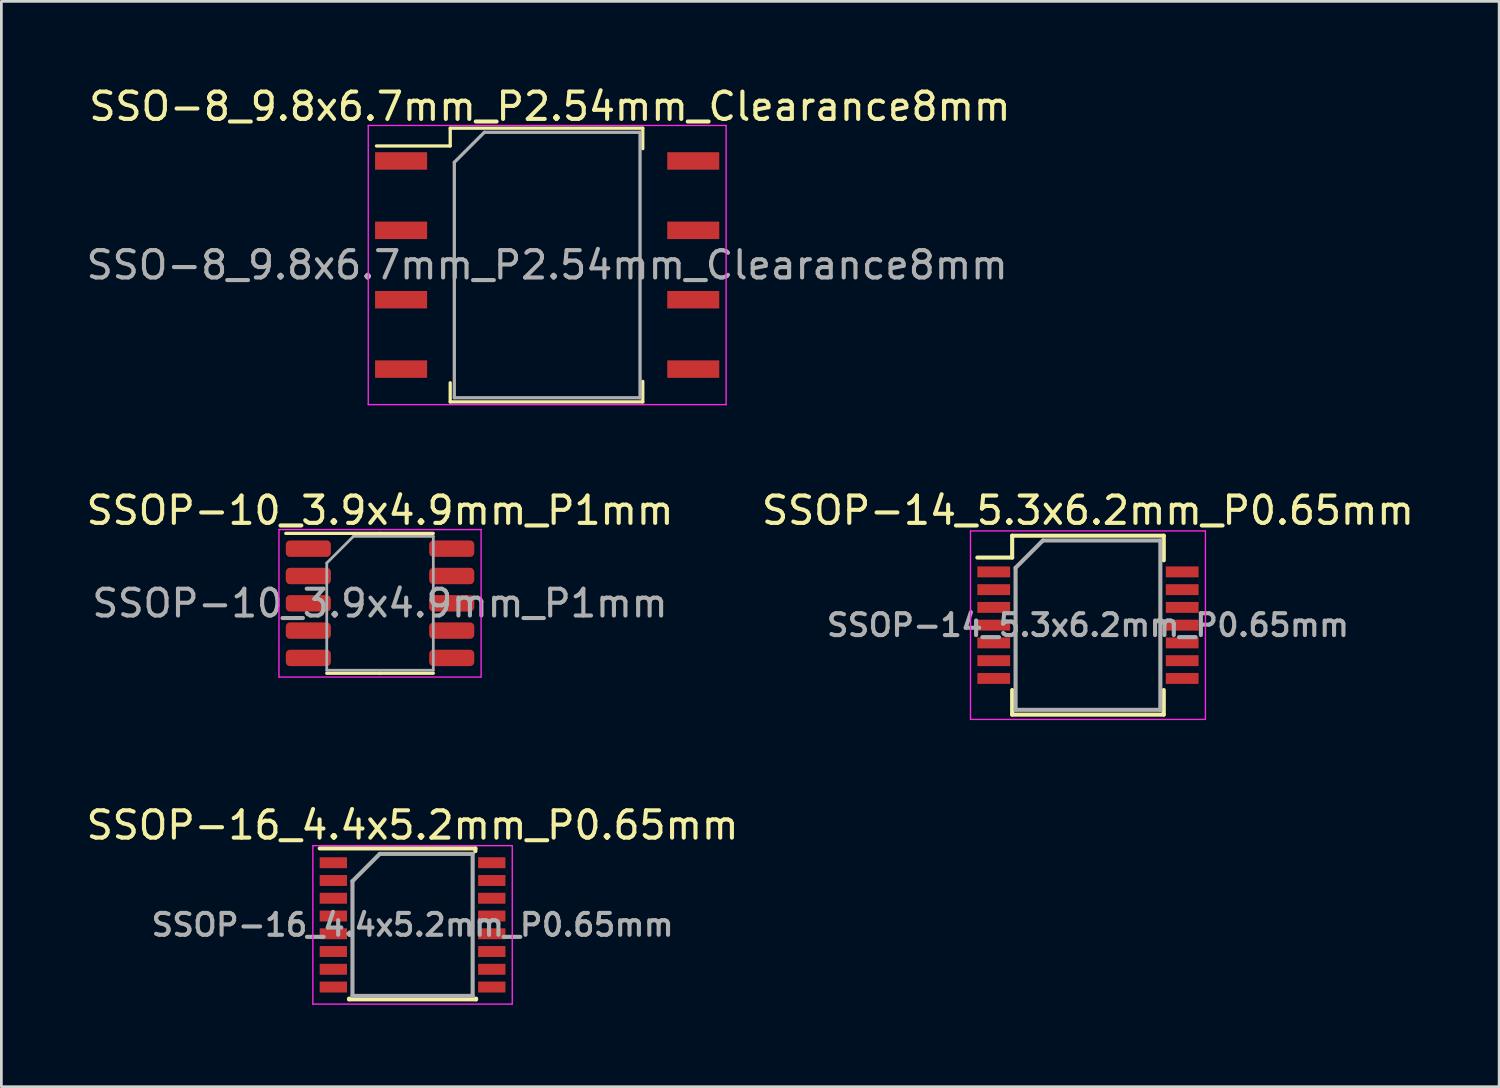
<source format=kicad_pcb>
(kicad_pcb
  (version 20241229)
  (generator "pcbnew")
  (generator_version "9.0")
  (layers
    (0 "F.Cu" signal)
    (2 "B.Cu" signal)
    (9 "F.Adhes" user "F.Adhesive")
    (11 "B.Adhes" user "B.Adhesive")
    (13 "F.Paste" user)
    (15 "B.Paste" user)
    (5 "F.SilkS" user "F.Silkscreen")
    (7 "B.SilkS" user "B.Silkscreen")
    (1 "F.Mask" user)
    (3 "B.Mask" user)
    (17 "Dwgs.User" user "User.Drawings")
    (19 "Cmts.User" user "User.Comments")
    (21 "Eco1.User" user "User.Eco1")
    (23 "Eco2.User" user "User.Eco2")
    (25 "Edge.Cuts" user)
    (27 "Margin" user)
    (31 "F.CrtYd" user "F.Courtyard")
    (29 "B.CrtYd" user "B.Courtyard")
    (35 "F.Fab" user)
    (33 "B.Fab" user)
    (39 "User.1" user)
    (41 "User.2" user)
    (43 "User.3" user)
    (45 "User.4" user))
  (footprint "SSO-8_9.8x6.7mm_P2.54mm_Clearance8mm"
    (layer "F.Cu")
    (at 16.982 6.653)
    (property "Reference" "SSO-8_9.8x6.7mm_P2.54mm_Clearance8mm" (at 0.1 -5.805 0) (layer "F.SilkS") (effects (font (size 1 1) (thickness 0.15))))
    (attr smd)
    (fp_line (start -3.55 -5.01) (end -3.55 -4.36) (stroke (width 0.12) (type solid)) (layer "F.SilkS"))
    (fp_line (start -3.55 -4.36) (end -6.25 -4.36) (stroke (width 0.12) (type solid)) (layer "F.SilkS"))
    (fp_line (start -3.55 4.31) (end -3.55 5.01) (stroke (width 0.12) (type solid)) (layer "F.SilkS"))
    (fp_line (start -3.55 5.01) (end 3.5 5.01) (stroke (width 0.12) (type solid)) (layer "F.SilkS"))
    (fp_line (start 3.5 -5.01) (end -3.55 -5.01) (stroke (width 0.12) (type solid)) (layer "F.SilkS"))
    (fp_line (start 3.5 -4.26) (end 3.5 -5.01) (stroke (width 0.12) (type solid)) (layer "F.SilkS"))
    (fp_line (start 3.5 5.01) (end 3.5 4.26) (stroke (width 0.12) (type solid)) (layer "F.SilkS"))
    (fp_line (start -6.55 -5.11) (end -6.55 5.11) (stroke (width 0.05) (type solid)) (layer "F.CrtYd"))
    (fp_line (start -6.55 -5.11) (end 6.55 -5.11) (stroke (width 0.05) (type solid)) (layer "F.CrtYd"))
    (fp_line (start 6.55 5.11) (end -6.55 5.11) (stroke (width 0.05) (type solid)) (layer "F.CrtYd"))
    (fp_line (start 6.55 5.11) (end 6.55 -5.11) (stroke (width 0.05) (type solid)) (layer "F.CrtYd"))
    (fp_line (start -3.4 -3.76) (end -3.4 4.86) (stroke (width 0.12) (type solid)) (layer "F.Fab"))
    (fp_line (start -3.4 4.86) (end 3.4 4.86) (stroke (width 0.12) (type solid)) (layer "F.Fab"))
    (fp_line (start -2.3 -4.86) (end -3.4 -3.76) (stroke (width 0.12) (type solid)) (layer "F.Fab"))
    (fp_line (start 3.4 -4.86) (end -2.3 -4.86) (stroke (width 0.12) (type solid)) (layer "F.Fab"))
    (fp_line (start 3.4 4.86) (end 3.4 -4.86) (stroke (width 0.12) (type solid)) (layer "F.Fab"))
    (fp_text user "${REFERENCE}" (at 0 0 0) (layer "F.Fab") (effects (font (size 1 1) (thickness 0.15))))
    (pad "1" smd rect (at -5.348 -3.81) (size 1.905 0.64) (layers "F.Cu" "F.Mask" "F.Paste"))
    (pad "2" smd rect (at -5.348 -1.27) (size 1.905 0.64) (layers "F.Cu" "F.Mask" "F.Paste"))
    (pad "3" smd rect (at -5.348 1.27) (size 1.905 0.64) (layers "F.Cu" "F.Mask" "F.Paste"))
    (pad "4" smd rect (at -5.348 3.81) (size 1.905 0.64) (layers "F.Cu" "F.Mask" "F.Paste"))
    (pad "5" smd rect (at 5.348 3.81) (size 1.905 0.64) (layers "F.Cu" "F.Mask" "F.Paste"))
    (pad "6" smd rect (at 5.348 1.27) (size 1.905 0.64) (layers "F.Cu" "F.Mask" "F.Paste"))
    (pad "7" smd rect (at 5.348 -1.27) (size 1.905 0.64) (layers "F.Cu" "F.Mask" "F.Paste"))
    (pad "8" smd rect (at 5.348 -3.81) (size 1.905 0.64) (layers "F.Cu" "F.Mask" "F.Paste")))
  (footprint "SSOP-16_4.4x5.2mm_P0.65mm"
    (layer "F.Cu")
    (at 12.054 30.81)
    (property "Reference" "SSOP-16_4.4x5.2mm_P0.65mm" (at 0 -3.65 0) (layer "F.SilkS") (effects (font (size 1 1) (thickness 0.15))))
    (attr smd)
    (fp_line (start -3.4 -2.8) (end 2.3 -2.8) (stroke (width 0.15) (type solid)) (layer "F.SilkS"))
    (fp_line (start -2.325 2.725) (end -2.325 2.7) (stroke (width 0.15) (type solid)) (layer "F.SilkS"))
    (fp_line (start -2.325 2.725) (end 2.325 2.725) (stroke (width 0.15) (type solid)) (layer "F.SilkS"))
    (fp_line (start 2.3 -2.8) (end 2.3 -2.7) (stroke (width 0.15) (type solid)) (layer "F.SilkS"))
    (fp_line (start 2.325 2.725) (end 2.325 2.7) (stroke (width 0.15) (type solid)) (layer "F.SilkS"))
    (fp_line (start -3.65 -2.9) (end -3.65 2.9) (stroke (width 0.05) (type solid)) (layer "F.CrtYd"))
    (fp_line (start -3.65 -2.9) (end 3.65 -2.9) (stroke (width 0.05) (type solid)) (layer "F.CrtYd"))
    (fp_line (start -3.65 2.9) (end 3.65 2.9) (stroke (width 0.05) (type solid)) (layer "F.CrtYd"))
    (fp_line (start 3.65 -2.9) (end 3.65 2.9) (stroke (width 0.05) (type solid)) (layer "F.CrtYd"))
    (fp_line (start -2.2 -1.6) (end -1.2 -2.6) (stroke (width 0.15) (type solid)) (layer "F.Fab"))
    (fp_line (start -2.2 2.6) (end -2.2 -1.6) (stroke (width 0.15) (type solid)) (layer "F.Fab"))
    (fp_line (start -1.2 -2.6) (end 2.2 -2.6) (stroke (width 0.15) (type solid)) (layer "F.Fab"))
    (fp_line (start 2.2 -2.6) (end 2.2 2.6) (stroke (width 0.15) (type solid)) (layer "F.Fab"))
    (fp_line (start 2.2 2.6) (end -2.2 2.6) (stroke (width 0.15) (type solid)) (layer "F.Fab"))
    (fp_text user "${REFERENCE}" (at 0 0 0) (layer "F.Fab") (effects (font (size 0.8 0.8) (thickness 0.15))))
    (pad "1" smd rect (at -2.9 -2.275) (size 1 0.4) (layers "F.Cu" "F.Mask" "F.Paste"))
    (pad "2" smd rect (at -2.9 -1.625) (size 1 0.4) (layers "F.Cu" "F.Mask" "F.Paste"))
    (pad "3" smd rect (at -2.9 -0.975) (size 1 0.4) (layers "F.Cu" "F.Mask" "F.Paste"))
    (pad "4" smd rect (at -2.9 -0.325) (size 1 0.4) (layers "F.Cu" "F.Mask" "F.Paste"))
    (pad "5" smd rect (at -2.9 0.325) (size 1 0.4) (layers "F.Cu" "F.Mask" "F.Paste"))
    (pad "6" smd rect (at -2.9 0.975) (size 1 0.4) (layers "F.Cu" "F.Mask" "F.Paste"))
    (pad "7" smd rect (at -2.9 1.625) (size 1 0.4) (layers "F.Cu" "F.Mask" "F.Paste"))
    (pad "8" smd rect (at -2.9 2.275) (size 1 0.4) (layers "F.Cu" "F.Mask" "F.Paste"))
    (pad "9" smd rect (at 2.9 2.275) (size 1 0.4) (layers "F.Cu" "F.Mask" "F.Paste"))
    (pad "10" smd rect (at 2.9 1.625) (size 1 0.4) (layers "F.Cu" "F.Mask" "F.Paste"))
    (pad "11" smd rect (at 2.9 0.975) (size 1 0.4) (layers "F.Cu" "F.Mask" "F.Paste"))
    (pad "12" smd rect (at 2.9 0.325) (size 1 0.4) (layers "F.Cu" "F.Mask" "F.Paste"))
    (pad "13" smd rect (at 2.9 -0.325) (size 1 0.4) (layers "F.Cu" "F.Mask" "F.Paste"))
    (pad "14" smd rect (at 2.9 -0.975) (size 1 0.4) (layers "F.Cu" "F.Mask" "F.Paste"))
    (pad "15" smd rect (at 2.9 -1.625) (size 1 0.4) (layers "F.Cu" "F.Mask" "F.Paste"))
    (pad "16" smd rect (at 2.9 -2.275) (size 1 0.4) (layers "F.Cu" "F.Mask" "F.Paste")))
  (footprint "SSOP-14_5.3x6.2mm_P0.65mm"
    (layer "F.Cu")
    (at 36.78 19.837)
    (property "Reference" "SSOP-14_5.3x6.2mm_P0.65mm" (at 0 -4.2 0) (layer "F.SilkS") (effects (font (size 1 1) (thickness 0.15))))
    (attr smd)
    (fp_line (start -2.775 -3.275) (end -2.775 -2.475) (stroke (width 0.15) (type solid)) (layer "F.SilkS"))
    (fp_line (start -2.775 -3.275) (end 2.775 -3.275) (stroke (width 0.15) (type solid)) (layer "F.SilkS"))
    (fp_line (start -2.775 -2.475) (end -4.05 -2.475) (stroke (width 0.15) (type solid)) (layer "F.SilkS"))
    (fp_line (start -2.775 3.275) (end -2.775 2.375) (stroke (width 0.15) (type solid)) (layer "F.SilkS"))
    (fp_line (start -2.775 3.275) (end 2.775 3.275) (stroke (width 0.15) (type solid)) (layer "F.SilkS"))
    (fp_line (start 2.775 -3.275) (end 2.775 -2.375) (stroke (width 0.15) (type solid)) (layer "F.SilkS"))
    (fp_line (start 2.775 3.275) (end 2.775 2.375) (stroke (width 0.15) (type solid)) (layer "F.SilkS"))
    (fp_line (start -4.3 -3.45) (end -4.3 3.45) (stroke (width 0.05) (type solid)) (layer "F.CrtYd"))
    (fp_line (start -4.3 -3.45) (end 4.3 -3.45) (stroke (width 0.05) (type solid)) (layer "F.CrtYd"))
    (fp_line (start -4.3 3.45) (end 4.3 3.45) (stroke (width 0.05) (type solid)) (layer "F.CrtYd"))
    (fp_line (start 4.3 -3.45) (end 4.3 3.45) (stroke (width 0.05) (type solid)) (layer "F.CrtYd"))
    (fp_line (start -2.65 -2.1) (end -1.65 -3.1) (stroke (width 0.15) (type solid)) (layer "F.Fab"))
    (fp_line (start -2.65 3.1) (end -2.65 -2.1) (stroke (width 0.15) (type solid)) (layer "F.Fab"))
    (fp_line (start -1.65 -3.1) (end 2.65 -3.1) (stroke (width 0.15) (type solid)) (layer "F.Fab"))
    (fp_line (start 2.65 -3.1) (end 2.65 3.1) (stroke (width 0.15) (type solid)) (layer "F.Fab"))
    (fp_line (start 2.65 3.1) (end -2.65 3.1) (stroke (width 0.15) (type solid)) (layer "F.Fab"))
    (fp_text user "${REFERENCE}" (at 0 0 0) (layer "F.Fab") (effects (font (size 0.8 0.8) (thickness 0.15))))
    (pad "1" smd rect (at -3.45 -1.95) (size 1.2 0.4) (layers "F.Cu" "F.Mask" "F.Paste"))
    (pad "2" smd rect (at -3.45 -1.3) (size 1.2 0.4) (layers "F.Cu" "F.Mask" "F.Paste"))
    (pad "3" smd rect (at -3.45 -0.65) (size 1.2 0.4) (layers "F.Cu" "F.Mask" "F.Paste"))
    (pad "4" smd rect (at -3.45 0) (size 1.2 0.4) (layers "F.Cu" "F.Mask" "F.Paste"))
    (pad "5" smd rect (at -3.45 0.65) (size 1.2 0.4) (layers "F.Cu" "F.Mask" "F.Paste"))
    (pad "6" smd rect (at -3.45 1.3) (size 1.2 0.4) (layers "F.Cu" "F.Mask" "F.Paste"))
    (pad "7" smd rect (at -3.45 1.95) (size 1.2 0.4) (layers "F.Cu" "F.Mask" "F.Paste"))
    (pad "8" smd rect (at 3.45 1.95) (size 1.2 0.4) (layers "F.Cu" "F.Mask" "F.Paste"))
    (pad "9" smd rect (at 3.45 1.3) (size 1.2 0.4) (layers "F.Cu" "F.Mask" "F.Paste"))
    (pad "10" smd rect (at 3.45 0.65) (size 1.2 0.4) (layers "F.Cu" "F.Mask" "F.Paste"))
    (pad "11" smd rect (at 3.45 0) (size 1.2 0.4) (layers "F.Cu" "F.Mask" "F.Paste"))
    (pad "12" smd rect (at 3.45 -0.65) (size 1.2 0.4) (layers "F.Cu" "F.Mask" "F.Paste"))
    (pad "13" smd rect (at 3.45 -1.3) (size 1.2 0.4) (layers "F.Cu" "F.Mask" "F.Paste"))
    (pad "14" smd rect (at 3.45 -1.95) (size 1.2 0.4) (layers "F.Cu" "F.Mask" "F.Paste")))
  (footprint "SSOP-10_3.9x4.9mm_P1mm"
    (layer "F.Cu")
    (at 10.863 19.037)
    (property "Reference" "SSOP-10_3.9x4.9mm_P1mm" (at 0 -3.4 0) (layer "F.SilkS") (effects (font (size 1 1) (thickness 0.15))))
    (attr smd)
    (fp_line (start 0 -2.56) (end -3.45 -2.56) (stroke (width 0.12) (type solid)) (layer "F.SilkS"))
    (fp_line (start 0 -2.56) (end 1.95 -2.56) (stroke (width 0.12) (type solid)) (layer "F.SilkS"))
    (fp_line (start 0 2.56) (end -1.95 2.56) (stroke (width 0.12) (type solid)) (layer "F.SilkS"))
    (fp_line (start 0 2.56) (end 1.95 2.56) (stroke (width 0.12) (type solid)) (layer "F.SilkS"))
    (fp_line (start -3.7 -2.7) (end -3.7 2.7) (stroke (width 0.05) (type solid)) (layer "F.CrtYd"))
    (fp_line (start -3.7 2.7) (end 3.7 2.7) (stroke (width 0.05) (type solid)) (layer "F.CrtYd"))
    (fp_line (start 3.7 -2.7) (end -3.7 -2.7) (stroke (width 0.05) (type solid)) (layer "F.CrtYd"))
    (fp_line (start 3.7 2.7) (end 3.7 -2.7) (stroke (width 0.05) (type solid)) (layer "F.CrtYd"))
    (fp_line (start -1.95 -1.475) (end -0.975 -2.45) (stroke (width 0.1) (type solid)) (layer "F.Fab"))
    (fp_line (start -1.95 2.45) (end -1.95 -1.475) (stroke (width 0.1) (type solid)) (layer "F.Fab"))
    (fp_line (start -0.975 -2.45) (end 1.95 -2.45) (stroke (width 0.1) (type solid)) (layer "F.Fab"))
    (fp_line (start 1.95 -2.45) (end 1.95 2.45) (stroke (width 0.1) (type solid)) (layer "F.Fab"))
    (fp_line (start 1.95 2.45) (end -1.95 2.45) (stroke (width 0.1) (type solid)) (layer "F.Fab"))
    (fp_text user "${REFERENCE}" (at 0 0 0) (layer "F.Fab") (effects (font (size 0.98 0.98) (thickness 0.15))))
    (pad "1" smd roundrect (at -2.625 -2) (size 1.65 0.6) (layers "F.Cu" "F.Mask" "F.Paste") (roundrect_rratio 0.25))
    (pad "2" smd roundrect (at -2.625 -1) (size 1.65 0.6) (layers "F.Cu" "F.Mask" "F.Paste") (roundrect_rratio 0.25))
    (pad "3" smd roundrect (at -2.625 0) (size 1.65 0.6) (layers "F.Cu" "F.Mask" "F.Paste") (roundrect_rratio 0.25))
    (pad "4" smd roundrect (at -2.625 1) (size 1.65 0.6) (layers "F.Cu" "F.Mask" "F.Paste") (roundrect_rratio 0.25))
    (pad "5" smd roundrect (at -2.625 2) (size 1.65 0.6) (layers "F.Cu" "F.Mask" "F.Paste") (roundrect_rratio 0.25))
    (pad "6" smd roundrect (at 2.625 2) (size 1.65 0.6) (layers "F.Cu" "F.Mask" "F.Paste") (roundrect_rratio 0.25))
    (pad "7" smd roundrect (at 2.625 1) (size 1.65 0.6) (layers "F.Cu" "F.Mask" "F.Paste") (roundrect_rratio 0.25))
    (pad "8" smd roundrect (at 2.625 0) (size 1.65 0.6) (layers "F.Cu" "F.Mask" "F.Paste") (roundrect_rratio 0.25))
    (pad "9" smd roundrect (at 2.625 -1) (size 1.65 0.6) (layers "F.Cu" "F.Mask" "F.Paste") (roundrect_rratio 0.25))
    (pad "10" smd roundrect (at 2.625 -2) (size 1.65 0.6) (layers "F.Cu" "F.Mask" "F.Paste") (roundrect_rratio 0.25)))
  (gr_rect
    (start -3 -3)
    (end 51.833 36.735)
    (stroke (width 0.1) (type default))
    (fill no)
    (layer "Edge.Cuts")))
</source>
